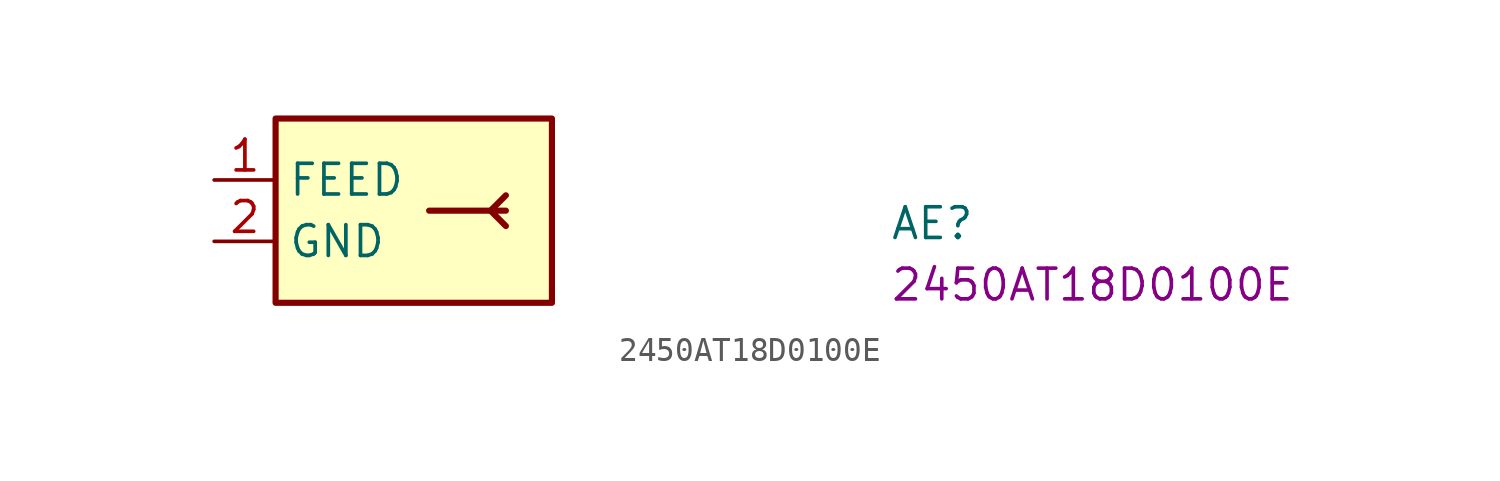
<source format=kicad_sym>
(kicad_symbol_lib
  (version 20220914)
  (generator kicad_symbol_editor)
  (symbol "2450AT18D0100E"
    (property "Reference" "AE"
      (at 27.94 -2.54 0)
      (effects (font (size 1.27 1.27) (thickness 0.15)) (justify left bottom)))
    (property "MPN" "2450AT18D0100E"
      (at 27.94 -5.08 0)
      (effects (font (size 1.27 1.27) (thickness 0.15)) (justify left bottom)))
    (symbol "2450AT18D0100E_1_1"
      (polyline (pts (xy 11.43 -1.27) (xy 12.065 -1.905)) (stroke (width 0.254) (type default)) (fill (type background)))
      (polyline (pts (xy 11.43 -1.27) (xy 12.065 -1.27)) (stroke (width 0.254) (type default)) (fill (type background)))
      (polyline (pts (xy 8.89 -1.27) (xy 11.43 -1.27) (xy 12.065 -0.635)) (stroke (width 0.254) (type default)) (fill (type background)))
      (rectangle (start 2.54 2.54) (end 13.97 -5.08) (stroke (width 0.254) (type default)) (fill (type background)))
      (pin passive line (at 0 0 0) (length 2.54) (name "FEED" (effects (font (size 1.27 1.27)))) (number "1" (effects (font (size 1.27 1.27)))))
      (pin passive line (at 0 -2.54 0) (length 2.54) (name "GND" (effects (font (size 1.27 1.27)))) (number "2" (effects (font (size 1.27 1.27)))))
      (pin passive line (at 0 -2.54 0) (length 2.54) hide (name "GND" (effects (font (size 1.27 1.27)))) (number "3" (effects (font (size 1.27 1.27)))))
      (pin passive line (at 0 -2.54 0) (length 2.54) hide (name "GND" (effects (font (size 1.27 1.27)))) (number "4" (effects (font (size 1.27 1.27))))))))
</source>
